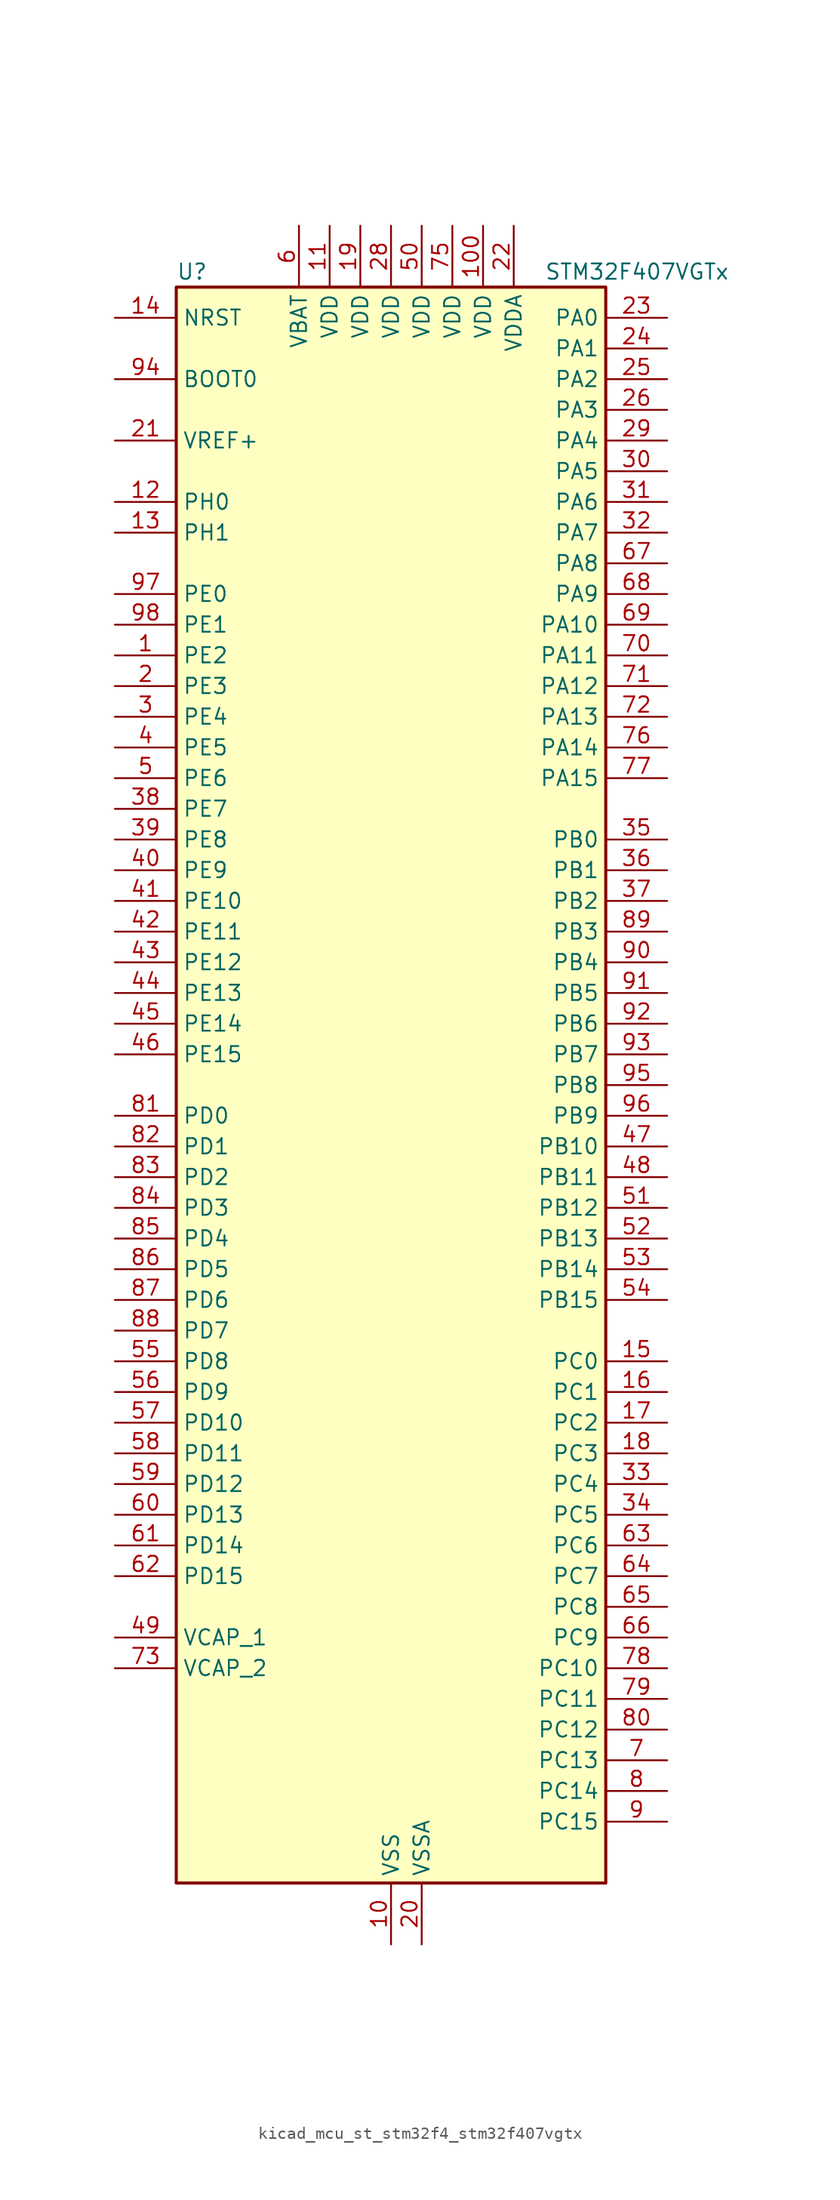
<source format=kicad_sym>
(kicad_symbol_lib
  (version 20220914)
  (generator kicad_symbol_editor)
  (symbol "kicad_mcu_st_stm32f4_stm32f407vgtx"
    (property "Reference" "U"
      (at -17.78 67.31 0)
      (effects (font (size 1.27 1.27)) (justify left)))
    (property "Value" "STM32F407VGTx"
      (at 12.7 67.31 0)
      (effects (font (size 1.27 1.27)) (justify left)))
    (property "ki_locked" ""
      (at 0 0 0)
      (effects (font (size 1.27 1.27))))
    (symbol "kicad_mcu_st_stm32f4_stm32f407vgtx_0_1"
      (rectangle (start -17.78 -66.04) (end 17.78 66.04) (stroke (width 0.254) (type default)) (fill (type background))))
    (symbol "kicad_mcu_st_stm32f4_stm32f407vgtx_1_1"
      (pin bidirectional line (at -22.86 35.56 0) (length 5.08) (name "PE2" (effects (font (size 1.27 1.27)))) (number "1" (effects (font (size 1.27 1.27)))) (alternate "ETH_TXD3" bidirectional line) (alternate "FSMC_A23" bidirectional line) (alternate "SYS_TRACECLK" bidirectional line))
      (pin power_in line (at 0 -71.12 90) (length 5.08) (name "VSS" (effects (font (size 1.27 1.27)))) (number "10" (effects (font (size 1.27 1.27)))))
      (pin power_in line (at 7.62 71.12 270) (length 5.08) (name "VDD" (effects (font (size 1.27 1.27)))) (number "100" (effects (font (size 1.27 1.27)))))
      (pin power_in line (at -5.08 71.12 270) (length 5.08) (name "VDD" (effects (font (size 1.27 1.27)))) (number "11" (effects (font (size 1.27 1.27)))))
      (pin bidirectional line (at -22.86 48.26 0) (length 5.08) (name "PH0" (effects (font (size 1.27 1.27)))) (number "12" (effects (font (size 1.27 1.27)))) (alternate "RCC_OSC_IN" bidirectional line))
      (pin bidirectional line (at -22.86 45.72 0) (length 5.08) (name "PH1" (effects (font (size 1.27 1.27)))) (number "13" (effects (font (size 1.27 1.27)))) (alternate "RCC_OSC_OUT" bidirectional line))
      (pin input line (at -22.86 63.5 0) (length 5.08) (name "NRST" (effects (font (size 1.27 1.27)))) (number "14" (effects (font (size 1.27 1.27)))))
      (pin bidirectional line (at 22.86 -22.86 180) (length 5.08) (name "PC0" (effects (font (size 1.27 1.27)))) (number "15" (effects (font (size 1.27 1.27)))) (alternate "ADC1_IN10" bidirectional line) (alternate "ADC2_IN10" bidirectional line) (alternate "ADC3_IN10" bidirectional line) (alternate "USB_OTG_HS_ULPI_STP" bidirectional line))
      (pin bidirectional line (at 22.86 -25.4 180) (length 5.08) (name "PC1" (effects (font (size 1.27 1.27)))) (number "16" (effects (font (size 1.27 1.27)))) (alternate "ADC1_IN11" bidirectional line) (alternate "ADC2_IN11" bidirectional line) (alternate "ADC3_IN11" bidirectional line) (alternate "ETH_MDC" bidirectional line))
      (pin bidirectional line (at 22.86 -27.94 180) (length 5.08) (name "PC2" (effects (font (size 1.27 1.27)))) (number "17" (effects (font (size 1.27 1.27)))) (alternate "ADC1_IN12" bidirectional line) (alternate "ADC2_IN12" bidirectional line) (alternate "ADC3_IN12" bidirectional line) (alternate "ETH_TXD2" bidirectional line) (alternate "I2S2_ext_SD" bidirectional line) (alternate "SPI2_MISO" bidirectional line) (alternate "USB_OTG_HS_ULPI_DIR" bidirectional line))
      (pin bidirectional line (at 22.86 -30.48 180) (length 5.08) (name "PC3" (effects (font (size 1.27 1.27)))) (number "18" (effects (font (size 1.27 1.27)))) (alternate "ADC1_IN13" bidirectional line) (alternate "ADC2_IN13" bidirectional line) (alternate "ADC3_IN13" bidirectional line) (alternate "ETH_TX_CLK" bidirectional line) (alternate "I2S2_SD" bidirectional line) (alternate "SPI2_MOSI" bidirectional line) (alternate "USB_OTG_HS_ULPI_NXT" bidirectional line))
      (pin power_in line (at -2.54 71.12 270) (length 5.08) (name "VDD" (effects (font (size 1.27 1.27)))) (number "19" (effects (font (size 1.27 1.27)))))
      (pin bidirectional line (at -22.86 33.02 0) (length 5.08) (name "PE3" (effects (font (size 1.27 1.27)))) (number "2" (effects (font (size 1.27 1.27)))) (alternate "FSMC_A19" bidirectional line) (alternate "SYS_TRACED0" bidirectional line))
      (pin power_in line (at 2.54 -71.12 90) (length 5.08) (name "VSSA" (effects (font (size 1.27 1.27)))) (number "20" (effects (font (size 1.27 1.27)))))
      (pin input line (at -22.86 53.34 0) (length 5.08) (name "VREF+" (effects (font (size 1.27 1.27)))) (number "21" (effects (font (size 1.27 1.27)))))
      (pin power_in line (at 10.16 71.12 270) (length 5.08) (name "VDDA" (effects (font (size 1.27 1.27)))) (number "22" (effects (font (size 1.27 1.27)))))
      (pin bidirectional line (at 22.86 63.5 180) (length 5.08) (name "PA0" (effects (font (size 1.27 1.27)))) (number "23" (effects (font (size 1.27 1.27)))) (alternate "ADC1_IN0" bidirectional line) (alternate "ADC2_IN0" bidirectional line) (alternate "ADC3_IN0" bidirectional line) (alternate "ETH_CRS" bidirectional line) (alternate "SYS_WKUP" bidirectional line) (alternate "TIM2_CH1" bidirectional line) (alternate "TIM2_ETR" bidirectional line) (alternate "TIM5_CH1" bidirectional line) (alternate "TIM8_ETR" bidirectional line) (alternate "UART4_TX" bidirectional line) (alternate "USART2_CTS" bidirectional line))
      (pin bidirectional line (at 22.86 60.96 180) (length 5.08) (name "PA1" (effects (font (size 1.27 1.27)))) (number "24" (effects (font (size 1.27 1.27)))) (alternate "ADC1_IN1" bidirectional line) (alternate "ADC2_IN1" bidirectional line) (alternate "ADC3_IN1" bidirectional line) (alternate "ETH_REF_CLK" bidirectional line) (alternate "ETH_RX_CLK" bidirectional line) (alternate "TIM2_CH2" bidirectional line) (alternate "TIM5_CH2" bidirectional line) (alternate "UART4_RX" bidirectional line) (alternate "USART2_RTS" bidirectional line))
      (pin bidirectional line (at 22.86 58.42 180) (length 5.08) (name "PA2" (effects (font (size 1.27 1.27)))) (number "25" (effects (font (size 1.27 1.27)))) (alternate "ADC1_IN2" bidirectional line) (alternate "ADC2_IN2" bidirectional line) (alternate "ADC3_IN2" bidirectional line) (alternate "ETH_MDIO" bidirectional line) (alternate "TIM2_CH3" bidirectional line) (alternate "TIM5_CH3" bidirectional line) (alternate "TIM9_CH1" bidirectional line) (alternate "USART2_TX" bidirectional line))
      (pin bidirectional line (at 22.86 55.88 180) (length 5.08) (name "PA3" (effects (font (size 1.27 1.27)))) (number "26" (effects (font (size 1.27 1.27)))) (alternate "ADC1_IN3" bidirectional line) (alternate "ADC2_IN3" bidirectional line) (alternate "ADC3_IN3" bidirectional line) (alternate "ETH_COL" bidirectional line) (alternate "TIM2_CH4" bidirectional line) (alternate "TIM5_CH4" bidirectional line) (alternate "TIM9_CH2" bidirectional line) (alternate "USART2_RX" bidirectional line) (alternate "USB_OTG_HS_ULPI_D0" bidirectional line))
      (pin passive line (at 0 -71.12 90) (length 5.08) hide (name "VSS" (effects (font (size 1.27 1.27)))) (number "27" (effects (font (size 1.27 1.27)))))
      (pin power_in line (at 0 71.12 270) (length 5.08) (name "VDD" (effects (font (size 1.27 1.27)))) (number "28" (effects (font (size 1.27 1.27)))))
      (pin bidirectional line (at 22.86 53.34 180) (length 5.08) (name "PA4" (effects (font (size 1.27 1.27)))) (number "29" (effects (font (size 1.27 1.27)))) (alternate "ADC1_IN4" bidirectional line) (alternate "ADC2_IN4" bidirectional line) (alternate "DAC_OUT1" bidirectional line) (alternate "DCMI_HSYNC" bidirectional line) (alternate "I2S3_WS" bidirectional line) (alternate "SPI1_NSS" bidirectional line) (alternate "SPI3_NSS" bidirectional line) (alternate "USART2_CK" bidirectional line) (alternate "USB_OTG_HS_SOF" bidirectional line))
      (pin bidirectional line (at -22.86 30.48 0) (length 5.08) (name "PE4" (effects (font (size 1.27 1.27)))) (number "3" (effects (font (size 1.27 1.27)))) (alternate "DCMI_D4" bidirectional line) (alternate "FSMC_A20" bidirectional line) (alternate "SYS_TRACED1" bidirectional line))
      (pin bidirectional line (at 22.86 50.8 180) (length 5.08) (name "PA5" (effects (font (size 1.27 1.27)))) (number "30" (effects (font (size 1.27 1.27)))) (alternate "ADC1_IN5" bidirectional line) (alternate "ADC2_IN5" bidirectional line) (alternate "DAC_OUT2" bidirectional line) (alternate "SPI1_SCK" bidirectional line) (alternate "TIM2_CH1" bidirectional line) (alternate "TIM2_ETR" bidirectional line) (alternate "TIM8_CH1N" bidirectional line) (alternate "USB_OTG_HS_ULPI_CK" bidirectional line))
      (pin bidirectional line (at 22.86 48.26 180) (length 5.08) (name "PA6" (effects (font (size 1.27 1.27)))) (number "31" (effects (font (size 1.27 1.27)))) (alternate "ADC1_IN6" bidirectional line) (alternate "ADC2_IN6" bidirectional line) (alternate "DCMI_PIXCLK" bidirectional line) (alternate "SPI1_MISO" bidirectional line) (alternate "TIM13_CH1" bidirectional line) (alternate "TIM1_BKIN" bidirectional line) (alternate "TIM3_CH1" bidirectional line) (alternate "TIM8_BKIN" bidirectional line))
      (pin bidirectional line (at 22.86 45.72 180) (length 5.08) (name "PA7" (effects (font (size 1.27 1.27)))) (number "32" (effects (font (size 1.27 1.27)))) (alternate "ADC1_IN7" bidirectional line) (alternate "ADC2_IN7" bidirectional line) (alternate "ETH_CRS_DV" bidirectional line) (alternate "ETH_RX_DV" bidirectional line) (alternate "SPI1_MOSI" bidirectional line) (alternate "TIM14_CH1" bidirectional line) (alternate "TIM1_CH1N" bidirectional line) (alternate "TIM3_CH2" bidirectional line) (alternate "TIM8_CH1N" bidirectional line))
      (pin bidirectional line (at 22.86 -33.02 180) (length 5.08) (name "PC4" (effects (font (size 1.27 1.27)))) (number "33" (effects (font (size 1.27 1.27)))) (alternate "ADC1_IN14" bidirectional line) (alternate "ADC2_IN14" bidirectional line) (alternate "ETH_RXD0" bidirectional line))
      (pin bidirectional line (at 22.86 -35.56 180) (length 5.08) (name "PC5" (effects (font (size 1.27 1.27)))) (number "34" (effects (font (size 1.27 1.27)))) (alternate "ADC1_IN15" bidirectional line) (alternate "ADC2_IN15" bidirectional line) (alternate "ETH_RXD1" bidirectional line))
      (pin bidirectional line (at 22.86 20.32 180) (length 5.08) (name "PB0" (effects (font (size 1.27 1.27)))) (number "35" (effects (font (size 1.27 1.27)))) (alternate "ADC1_IN8" bidirectional line) (alternate "ADC2_IN8" bidirectional line) (alternate "ETH_RXD2" bidirectional line) (alternate "TIM1_CH2N" bidirectional line) (alternate "TIM3_CH3" bidirectional line) (alternate "TIM8_CH2N" bidirectional line) (alternate "USB_OTG_HS_ULPI_D1" bidirectional line))
      (pin bidirectional line (at 22.86 17.78 180) (length 5.08) (name "PB1" (effects (font (size 1.27 1.27)))) (number "36" (effects (font (size 1.27 1.27)))) (alternate "ADC1_IN9" bidirectional line) (alternate "ADC2_IN9" bidirectional line) (alternate "ETH_RXD3" bidirectional line) (alternate "TIM1_CH3N" bidirectional line) (alternate "TIM3_CH4" bidirectional line) (alternate "TIM8_CH3N" bidirectional line) (alternate "USB_OTG_HS_ULPI_D2" bidirectional line))
      (pin bidirectional line (at 22.86 15.24 180) (length 5.08) (name "PB2" (effects (font (size 1.27 1.27)))) (number "37" (effects (font (size 1.27 1.27)))))
      (pin bidirectional line (at -22.86 22.86 0) (length 5.08) (name "PE7" (effects (font (size 1.27 1.27)))) (number "38" (effects (font (size 1.27 1.27)))) (alternate "FSMC_D4" bidirectional line) (alternate "FSMC_DA4" bidirectional line) (alternate "TIM1_ETR" bidirectional line))
      (pin bidirectional line (at -22.86 20.32 0) (length 5.08) (name "PE8" (effects (font (size 1.27 1.27)))) (number "39" (effects (font (size 1.27 1.27)))) (alternate "FSMC_D5" bidirectional line) (alternate "FSMC_DA5" bidirectional line) (alternate "TIM1_CH1N" bidirectional line))
      (pin bidirectional line (at -22.86 27.94 0) (length 5.08) (name "PE5" (effects (font (size 1.27 1.27)))) (number "4" (effects (font (size 1.27 1.27)))) (alternate "DCMI_D6" bidirectional line) (alternate "FSMC_A21" bidirectional line) (alternate "SYS_TRACED2" bidirectional line) (alternate "TIM9_CH1" bidirectional line))
      (pin bidirectional line (at -22.86 17.78 0) (length 5.08) (name "PE9" (effects (font (size 1.27 1.27)))) (number "40" (effects (font (size 1.27 1.27)))) (alternate "DAC_EXTI9" bidirectional line) (alternate "FSMC_D6" bidirectional line) (alternate "FSMC_DA6" bidirectional line) (alternate "TIM1_CH1" bidirectional line))
      (pin bidirectional line (at -22.86 15.24 0) (length 5.08) (name "PE10" (effects (font (size 1.27 1.27)))) (number "41" (effects (font (size 1.27 1.27)))) (alternate "FSMC_D7" bidirectional line) (alternate "FSMC_DA7" bidirectional line) (alternate "TIM1_CH2N" bidirectional line))
      (pin bidirectional line (at -22.86 12.7 0) (length 5.08) (name "PE11" (effects (font (size 1.27 1.27)))) (number "42" (effects (font (size 1.27 1.27)))) (alternate "ADC1_EXTI11" bidirectional line) (alternate "ADC2_EXTI11" bidirectional line) (alternate "ADC3_EXTI11" bidirectional line) (alternate "FSMC_D8" bidirectional line) (alternate "FSMC_DA8" bidirectional line) (alternate "TIM1_CH2" bidirectional line))
      (pin bidirectional line (at -22.86 10.16 0) (length 5.08) (name "PE12" (effects (font (size 1.27 1.27)))) (number "43" (effects (font (size 1.27 1.27)))) (alternate "FSMC_D9" bidirectional line) (alternate "FSMC_DA9" bidirectional line) (alternate "TIM1_CH3N" bidirectional line))
      (pin bidirectional line (at -22.86 7.62 0) (length 5.08) (name "PE13" (effects (font (size 1.27 1.27)))) (number "44" (effects (font (size 1.27 1.27)))) (alternate "FSMC_D10" bidirectional line) (alternate "FSMC_DA10" bidirectional line) (alternate "TIM1_CH3" bidirectional line))
      (pin bidirectional line (at -22.86 5.08 0) (length 5.08) (name "PE14" (effects (font (size 1.27 1.27)))) (number "45" (effects (font (size 1.27 1.27)))) (alternate "FSMC_D11" bidirectional line) (alternate "FSMC_DA11" bidirectional line) (alternate "TIM1_CH4" bidirectional line))
      (pin bidirectional line (at -22.86 2.54 0) (length 5.08) (name "PE15" (effects (font (size 1.27 1.27)))) (number "46" (effects (font (size 1.27 1.27)))) (alternate "ADC1_EXTI15" bidirectional line) (alternate "ADC2_EXTI15" bidirectional line) (alternate "ADC3_EXTI15" bidirectional line) (alternate "FSMC_D12" bidirectional line) (alternate "FSMC_DA12" bidirectional line) (alternate "TIM1_BKIN" bidirectional line))
      (pin bidirectional line (at 22.86 -5.08 180) (length 5.08) (name "PB10" (effects (font (size 1.27 1.27)))) (number "47" (effects (font (size 1.27 1.27)))) (alternate "ETH_RX_ER" bidirectional line) (alternate "I2C2_SCL" bidirectional line) (alternate "I2S2_CK" bidirectional line) (alternate "SPI2_SCK" bidirectional line) (alternate "TIM2_CH3" bidirectional line) (alternate "USART3_TX" bidirectional line) (alternate "USB_OTG_HS_ULPI_D3" bidirectional line))
      (pin bidirectional line (at 22.86 -7.62 180) (length 5.08) (name "PB11" (effects (font (size 1.27 1.27)))) (number "48" (effects (font (size 1.27 1.27)))) (alternate "ADC1_EXTI11" bidirectional line) (alternate "ADC2_EXTI11" bidirectional line) (alternate "ADC3_EXTI11" bidirectional line) (alternate "ETH_TX_EN" bidirectional line) (alternate "I2C2_SDA" bidirectional line) (alternate "TIM2_CH4" bidirectional line) (alternate "USART3_RX" bidirectional line) (alternate "USB_OTG_HS_ULPI_D4" bidirectional line))
      (pin power_out line (at -22.86 -45.72 0) (length 5.08) (name "VCAP_1" (effects (font (size 1.27 1.27)))) (number "49" (effects (font (size 1.27 1.27)))))
      (pin bidirectional line (at -22.86 25.4 0) (length 5.08) (name "PE6" (effects (font (size 1.27 1.27)))) (number "5" (effects (font (size 1.27 1.27)))) (alternate "DCMI_D7" bidirectional line) (alternate "FSMC_A22" bidirectional line) (alternate "SYS_TRACED3" bidirectional line) (alternate "TIM9_CH2" bidirectional line))
      (pin power_in line (at 2.54 71.12 270) (length 5.08) (name "VDD" (effects (font (size 1.27 1.27)))) (number "50" (effects (font (size 1.27 1.27)))))
      (pin bidirectional line (at 22.86 -10.16 180) (length 5.08) (name "PB12" (effects (font (size 1.27 1.27)))) (number "51" (effects (font (size 1.27 1.27)))) (alternate "CAN2_RX" bidirectional line) (alternate "ETH_TXD0" bidirectional line) (alternate "I2C2_SMBA" bidirectional line) (alternate "I2S2_WS" bidirectional line) (alternate "SPI2_NSS" bidirectional line) (alternate "TIM1_BKIN" bidirectional line) (alternate "USART3_CK" bidirectional line) (alternate "USB_OTG_HS_ID" bidirectional line) (alternate "USB_OTG_HS_ULPI_D5" bidirectional line))
      (pin bidirectional line (at 22.86 -12.7 180) (length 5.08) (name "PB13" (effects (font (size 1.27 1.27)))) (number "52" (effects (font (size 1.27 1.27)))) (alternate "CAN2_TX" bidirectional line) (alternate "ETH_TXD1" bidirectional line) (alternate "I2S2_CK" bidirectional line) (alternate "SPI2_SCK" bidirectional line) (alternate "TIM1_CH1N" bidirectional line) (alternate "USART3_CTS" bidirectional line) (alternate "USB_OTG_HS_ULPI_D6" bidirectional line) (alternate "USB_OTG_HS_VBUS" bidirectional line))
      (pin bidirectional line (at 22.86 -15.24 180) (length 5.08) (name "PB14" (effects (font (size 1.27 1.27)))) (number "53" (effects (font (size 1.27 1.27)))) (alternate "I2S2_ext_SD" bidirectional line) (alternate "SPI2_MISO" bidirectional line) (alternate "TIM12_CH1" bidirectional line) (alternate "TIM1_CH2N" bidirectional line) (alternate "TIM8_CH2N" bidirectional line) (alternate "USART3_RTS" bidirectional line) (alternate "USB_OTG_HS_DM" bidirectional line))
      (pin bidirectional line (at 22.86 -17.78 180) (length 5.08) (name "PB15" (effects (font (size 1.27 1.27)))) (number "54" (effects (font (size 1.27 1.27)))) (alternate "ADC1_EXTI15" bidirectional line) (alternate "ADC2_EXTI15" bidirectional line) (alternate "ADC3_EXTI15" bidirectional line) (alternate "I2S2_SD" bidirectional line) (alternate "RTC_REFIN" bidirectional line) (alternate "SPI2_MOSI" bidirectional line) (alternate "TIM12_CH2" bidirectional line) (alternate "TIM1_CH3N" bidirectional line) (alternate "TIM8_CH3N" bidirectional line) (alternate "USB_OTG_HS_DP" bidirectional line))
      (pin bidirectional line (at -22.86 -22.86 0) (length 5.08) (name "PD8" (effects (font (size 1.27 1.27)))) (number "55" (effects (font (size 1.27 1.27)))) (alternate "FSMC_D13" bidirectional line) (alternate "FSMC_DA13" bidirectional line) (alternate "USART3_TX" bidirectional line))
      (pin bidirectional line (at -22.86 -25.4 0) (length 5.08) (name "PD9" (effects (font (size 1.27 1.27)))) (number "56" (effects (font (size 1.27 1.27)))) (alternate "DAC_EXTI9" bidirectional line) (alternate "FSMC_D14" bidirectional line) (alternate "FSMC_DA14" bidirectional line) (alternate "USART3_RX" bidirectional line))
      (pin bidirectional line (at -22.86 -27.94 0) (length 5.08) (name "PD10" (effects (font (size 1.27 1.27)))) (number "57" (effects (font (size 1.27 1.27)))) (alternate "FSMC_D15" bidirectional line) (alternate "FSMC_DA15" bidirectional line) (alternate "USART3_CK" bidirectional line))
      (pin bidirectional line (at -22.86 -30.48 0) (length 5.08) (name "PD11" (effects (font (size 1.27 1.27)))) (number "58" (effects (font (size 1.27 1.27)))) (alternate "ADC1_EXTI11" bidirectional line) (alternate "ADC2_EXTI11" bidirectional line) (alternate "ADC3_EXTI11" bidirectional line) (alternate "FSMC_A16" bidirectional line) (alternate "FSMC_CLE" bidirectional line) (alternate "USART3_CTS" bidirectional line))
      (pin bidirectional line (at -22.86 -33.02 0) (length 5.08) (name "PD12" (effects (font (size 1.27 1.27)))) (number "59" (effects (font (size 1.27 1.27)))) (alternate "FSMC_A17" bidirectional line) (alternate "FSMC_ALE" bidirectional line) (alternate "TIM4_CH1" bidirectional line) (alternate "USART3_RTS" bidirectional line))
      (pin power_in line (at -7.62 71.12 270) (length 5.08) (name "VBAT" (effects (font (size 1.27 1.27)))) (number "6" (effects (font (size 1.27 1.27)))))
      (pin bidirectional line (at -22.86 -35.56 0) (length 5.08) (name "PD13" (effects (font (size 1.27 1.27)))) (number "60" (effects (font (size 1.27 1.27)))) (alternate "FSMC_A18" bidirectional line) (alternate "TIM4_CH2" bidirectional line))
      (pin bidirectional line (at -22.86 -38.1 0) (length 5.08) (name "PD14" (effects (font (size 1.27 1.27)))) (number "61" (effects (font (size 1.27 1.27)))) (alternate "FSMC_D0" bidirectional line) (alternate "FSMC_DA0" bidirectional line) (alternate "TIM4_CH3" bidirectional line))
      (pin bidirectional line (at -22.86 -40.64 0) (length 5.08) (name "PD15" (effects (font (size 1.27 1.27)))) (number "62" (effects (font (size 1.27 1.27)))) (alternate "ADC1_EXTI15" bidirectional line) (alternate "ADC2_EXTI15" bidirectional line) (alternate "ADC3_EXTI15" bidirectional line) (alternate "FSMC_D1" bidirectional line) (alternate "FSMC_DA1" bidirectional line) (alternate "TIM4_CH4" bidirectional line))
      (pin bidirectional line (at 22.86 -38.1 180) (length 5.08) (name "PC6" (effects (font (size 1.27 1.27)))) (number "63" (effects (font (size 1.27 1.27)))) (alternate "DCMI_D0" bidirectional line) (alternate "I2S2_MCK" bidirectional line) (alternate "SDIO_D6" bidirectional line) (alternate "TIM3_CH1" bidirectional line) (alternate "TIM8_CH1" bidirectional line) (alternate "USART6_TX" bidirectional line))
      (pin bidirectional line (at 22.86 -40.64 180) (length 5.08) (name "PC7" (effects (font (size 1.27 1.27)))) (number "64" (effects (font (size 1.27 1.27)))) (alternate "DCMI_D1" bidirectional line) (alternate "I2S3_MCK" bidirectional line) (alternate "SDIO_D7" bidirectional line) (alternate "TIM3_CH2" bidirectional line) (alternate "TIM8_CH2" bidirectional line) (alternate "USART6_RX" bidirectional line))
      (pin bidirectional line (at 22.86 -43.18 180) (length 5.08) (name "PC8" (effects (font (size 1.27 1.27)))) (number "65" (effects (font (size 1.27 1.27)))) (alternate "DCMI_D2" bidirectional line) (alternate "SDIO_D0" bidirectional line) (alternate "TIM3_CH3" bidirectional line) (alternate "TIM8_CH3" bidirectional line) (alternate "USART6_CK" bidirectional line))
      (pin bidirectional line (at 22.86 -45.72 180) (length 5.08) (name "PC9" (effects (font (size 1.27 1.27)))) (number "66" (effects (font (size 1.27 1.27)))) (alternate "DAC_EXTI9" bidirectional line) (alternate "DCMI_D3" bidirectional line) (alternate "I2C3_SDA" bidirectional line) (alternate "I2S_CKIN" bidirectional line) (alternate "RCC_MCO_2" bidirectional line) (alternate "SDIO_D1" bidirectional line) (alternate "TIM3_CH4" bidirectional line) (alternate "TIM8_CH4" bidirectional line))
      (pin bidirectional line (at 22.86 43.18 180) (length 5.08) (name "PA8" (effects (font (size 1.27 1.27)))) (number "67" (effects (font (size 1.27 1.27)))) (alternate "I2C3_SCL" bidirectional line) (alternate "RCC_MCO_1" bidirectional line) (alternate "TIM1_CH1" bidirectional line) (alternate "USART1_CK" bidirectional line) (alternate "USB_OTG_FS_SOF" bidirectional line))
      (pin bidirectional line (at 22.86 40.64 180) (length 5.08) (name "PA9" (effects (font (size 1.27 1.27)))) (number "68" (effects (font (size 1.27 1.27)))) (alternate "DAC_EXTI9" bidirectional line) (alternate "DCMI_D0" bidirectional line) (alternate "I2C3_SMBA" bidirectional line) (alternate "TIM1_CH2" bidirectional line) (alternate "USART1_TX" bidirectional line) (alternate "USB_OTG_FS_VBUS" bidirectional line))
      (pin bidirectional line (at 22.86 38.1 180) (length 5.08) (name "PA10" (effects (font (size 1.27 1.27)))) (number "69" (effects (font (size 1.27 1.27)))) (alternate "DCMI_D1" bidirectional line) (alternate "TIM1_CH3" bidirectional line) (alternate "USART1_RX" bidirectional line) (alternate "USB_OTG_FS_ID" bidirectional line))
      (pin bidirectional line (at 22.86 -55.88 180) (length 5.08) (name "PC13" (effects (font (size 1.27 1.27)))) (number "7" (effects (font (size 1.27 1.27)))) (alternate "RTC_AF1" bidirectional line))
      (pin bidirectional line (at 22.86 35.56 180) (length 5.08) (name "PA11" (effects (font (size 1.27 1.27)))) (number "70" (effects (font (size 1.27 1.27)))) (alternate "ADC1_EXTI11" bidirectional line) (alternate "ADC2_EXTI11" bidirectional line) (alternate "ADC3_EXTI11" bidirectional line) (alternate "CAN1_RX" bidirectional line) (alternate "TIM1_CH4" bidirectional line) (alternate "USART1_CTS" bidirectional line) (alternate "USB_OTG_FS_DM" bidirectional line))
      (pin bidirectional line (at 22.86 33.02 180) (length 5.08) (name "PA12" (effects (font (size 1.27 1.27)))) (number "71" (effects (font (size 1.27 1.27)))) (alternate "CAN1_TX" bidirectional line) (alternate "TIM1_ETR" bidirectional line) (alternate "USART1_RTS" bidirectional line) (alternate "USB_OTG_FS_DP" bidirectional line))
      (pin bidirectional line (at 22.86 30.48 180) (length 5.08) (name "PA13" (effects (font (size 1.27 1.27)))) (number "72" (effects (font (size 1.27 1.27)))) (alternate "SYS_JTMS-SWDIO" bidirectional line))
      (pin power_out line (at -22.86 -48.26 0) (length 5.08) (name "VCAP_2" (effects (font (size 1.27 1.27)))) (number "73" (effects (font (size 1.27 1.27)))))
      (pin passive line (at 0 -71.12 90) (length 5.08) hide (name "VSS" (effects (font (size 1.27 1.27)))) (number "74" (effects (font (size 1.27 1.27)))))
      (pin power_in line (at 5.08 71.12 270) (length 5.08) (name "VDD" (effects (font (size 1.27 1.27)))) (number "75" (effects (font (size 1.27 1.27)))))
      (pin bidirectional line (at 22.86 27.94 180) (length 5.08) (name "PA14" (effects (font (size 1.27 1.27)))) (number "76" (effects (font (size 1.27 1.27)))) (alternate "SYS_JTCK-SWCLK" bidirectional line))
      (pin bidirectional line (at 22.86 25.4 180) (length 5.08) (name "PA15" (effects (font (size 1.27 1.27)))) (number "77" (effects (font (size 1.27 1.27)))) (alternate "ADC1_EXTI15" bidirectional line) (alternate "ADC2_EXTI15" bidirectional line) (alternate "ADC3_EXTI15" bidirectional line) (alternate "I2S3_WS" bidirectional line) (alternate "SPI1_NSS" bidirectional line) (alternate "SPI3_NSS" bidirectional line) (alternate "SYS_JTDI" bidirectional line) (alternate "TIM2_CH1" bidirectional line) (alternate "TIM2_ETR" bidirectional line))
      (pin bidirectional line (at 22.86 -48.26 180) (length 5.08) (name "PC10" (effects (font (size 1.27 1.27)))) (number "78" (effects (font (size 1.27 1.27)))) (alternate "DCMI_D8" bidirectional line) (alternate "I2S3_CK" bidirectional line) (alternate "SDIO_D2" bidirectional line) (alternate "SPI3_SCK" bidirectional line) (alternate "UART4_TX" bidirectional line) (alternate "USART3_TX" bidirectional line))
      (pin bidirectional line (at 22.86 -50.8 180) (length 5.08) (name "PC11" (effects (font (size 1.27 1.27)))) (number "79" (effects (font (size 1.27 1.27)))) (alternate "ADC1_EXTI11" bidirectional line) (alternate "ADC2_EXTI11" bidirectional line) (alternate "ADC3_EXTI11" bidirectional line) (alternate "DCMI_D4" bidirectional line) (alternate "I2S3_ext_SD" bidirectional line) (alternate "SDIO_D3" bidirectional line) (alternate "SPI3_MISO" bidirectional line) (alternate "UART4_RX" bidirectional line) (alternate "USART3_RX" bidirectional line))
      (pin bidirectional line (at 22.86 -58.42 180) (length 5.08) (name "PC14" (effects (font (size 1.27 1.27)))) (number "8" (effects (font (size 1.27 1.27)))) (alternate "RCC_OSC32_IN" bidirectional line))
      (pin bidirectional line (at 22.86 -53.34 180) (length 5.08) (name "PC12" (effects (font (size 1.27 1.27)))) (number "80" (effects (font (size 1.27 1.27)))) (alternate "DCMI_D9" bidirectional line) (alternate "I2S3_SD" bidirectional line) (alternate "SDIO_CK" bidirectional line) (alternate "SPI3_MOSI" bidirectional line) (alternate "UART5_TX" bidirectional line) (alternate "USART3_CK" bidirectional line))
      (pin bidirectional line (at -22.86 -2.54 0) (length 5.08) (name "PD0" (effects (font (size 1.27 1.27)))) (number "81" (effects (font (size 1.27 1.27)))) (alternate "CAN1_RX" bidirectional line) (alternate "FSMC_D2" bidirectional line) (alternate "FSMC_DA2" bidirectional line))
      (pin bidirectional line (at -22.86 -5.08 0) (length 5.08) (name "PD1" (effects (font (size 1.27 1.27)))) (number "82" (effects (font (size 1.27 1.27)))) (alternate "CAN1_TX" bidirectional line) (alternate "FSMC_D3" bidirectional line) (alternate "FSMC_DA3" bidirectional line))
      (pin bidirectional line (at -22.86 -7.62 0) (length 5.08) (name "PD2" (effects (font (size 1.27 1.27)))) (number "83" (effects (font (size 1.27 1.27)))) (alternate "DCMI_D11" bidirectional line) (alternate "SDIO_CMD" bidirectional line) (alternate "TIM3_ETR" bidirectional line) (alternate "UART5_RX" bidirectional line))
      (pin bidirectional line (at -22.86 -10.16 0) (length 5.08) (name "PD3" (effects (font (size 1.27 1.27)))) (number "84" (effects (font (size 1.27 1.27)))) (alternate "FSMC_CLK" bidirectional line) (alternate "USART2_CTS" bidirectional line))
      (pin bidirectional line (at -22.86 -12.7 0) (length 5.08) (name "PD4" (effects (font (size 1.27 1.27)))) (number "85" (effects (font (size 1.27 1.27)))) (alternate "FSMC_NOE" bidirectional line) (alternate "USART2_RTS" bidirectional line))
      (pin bidirectional line (at -22.86 -15.24 0) (length 5.08) (name "PD5" (effects (font (size 1.27 1.27)))) (number "86" (effects (font (size 1.27 1.27)))) (alternate "FSMC_NWE" bidirectional line) (alternate "USART2_TX" bidirectional line))
      (pin bidirectional line (at -22.86 -17.78 0) (length 5.08) (name "PD6" (effects (font (size 1.27 1.27)))) (number "87" (effects (font (size 1.27 1.27)))) (alternate "FSMC_NWAIT" bidirectional line) (alternate "USART2_RX" bidirectional line))
      (pin bidirectional line (at -22.86 -20.32 0) (length 5.08) (name "PD7" (effects (font (size 1.27 1.27)))) (number "88" (effects (font (size 1.27 1.27)))) (alternate "FSMC_NCE2" bidirectional line) (alternate "FSMC_NE1" bidirectional line) (alternate "USART2_CK" bidirectional line))
      (pin bidirectional line (at 22.86 12.7 180) (length 5.08) (name "PB3" (effects (font (size 1.27 1.27)))) (number "89" (effects (font (size 1.27 1.27)))) (alternate "I2S3_CK" bidirectional line) (alternate "SPI1_SCK" bidirectional line) (alternate "SPI3_SCK" bidirectional line) (alternate "SYS_JTDO-SWO" bidirectional line) (alternate "TIM2_CH2" bidirectional line))
      (pin bidirectional line (at 22.86 -60.96 180) (length 5.08) (name "PC15" (effects (font (size 1.27 1.27)))) (number "9" (effects (font (size 1.27 1.27)))) (alternate "ADC1_EXTI15" bidirectional line) (alternate "ADC2_EXTI15" bidirectional line) (alternate "ADC3_EXTI15" bidirectional line) (alternate "RCC_OSC32_OUT" bidirectional line))
      (pin bidirectional line (at 22.86 10.16 180) (length 5.08) (name "PB4" (effects (font (size 1.27 1.27)))) (number "90" (effects (font (size 1.27 1.27)))) (alternate "I2S3_ext_SD" bidirectional line) (alternate "SPI1_MISO" bidirectional line) (alternate "SPI3_MISO" bidirectional line) (alternate "SYS_JTRST" bidirectional line) (alternate "TIM3_CH1" bidirectional line))
      (pin bidirectional line (at 22.86 7.62 180) (length 5.08) (name "PB5" (effects (font (size 1.27 1.27)))) (number "91" (effects (font (size 1.27 1.27)))) (alternate "CAN2_RX" bidirectional line) (alternate "DCMI_D10" bidirectional line) (alternate "ETH_PPS_OUT" bidirectional line) (alternate "I2C1_SMBA" bidirectional line) (alternate "I2S3_SD" bidirectional line) (alternate "SPI1_MOSI" bidirectional line) (alternate "SPI3_MOSI" bidirectional line) (alternate "TIM3_CH2" bidirectional line) (alternate "USB_OTG_HS_ULPI_D7" bidirectional line))
      (pin bidirectional line (at 22.86 5.08 180) (length 5.08) (name "PB6" (effects (font (size 1.27 1.27)))) (number "92" (effects (font (size 1.27 1.27)))) (alternate "CAN2_TX" bidirectional line) (alternate "DCMI_D5" bidirectional line) (alternate "I2C1_SCL" bidirectional line) (alternate "TIM4_CH1" bidirectional line) (alternate "USART1_TX" bidirectional line))
      (pin bidirectional line (at 22.86 2.54 180) (length 5.08) (name "PB7" (effects (font (size 1.27 1.27)))) (number "93" (effects (font (size 1.27 1.27)))) (alternate "DCMI_VSYNC" bidirectional line) (alternate "FSMC_NL" bidirectional line) (alternate "I2C1_SDA" bidirectional line) (alternate "TIM4_CH2" bidirectional line) (alternate "USART1_RX" bidirectional line))
      (pin input line (at -22.86 58.42 0) (length 5.08) (name "BOOT0" (effects (font (size 1.27 1.27)))) (number "94" (effects (font (size 1.27 1.27)))))
      (pin bidirectional line (at 22.86 0 180) (length 5.08) (name "PB8" (effects (font (size 1.27 1.27)))) (number "95" (effects (font (size 1.27 1.27)))) (alternate "CAN1_RX" bidirectional line) (alternate "DCMI_D6" bidirectional line) (alternate "ETH_TXD3" bidirectional line) (alternate "I2C1_SCL" bidirectional line) (alternate "SDIO_D4" bidirectional line) (alternate "TIM10_CH1" bidirectional line) (alternate "TIM4_CH3" bidirectional line))
      (pin bidirectional line (at 22.86 -2.54 180) (length 5.08) (name "PB9" (effects (font (size 1.27 1.27)))) (number "96" (effects (font (size 1.27 1.27)))) (alternate "CAN1_TX" bidirectional line) (alternate "DAC_EXTI9" bidirectional line) (alternate "DCMI_D7" bidirectional line) (alternate "I2C1_SDA" bidirectional line) (alternate "I2S2_WS" bidirectional line) (alternate "SDIO_D5" bidirectional line) (alternate "SPI2_NSS" bidirectional line) (alternate "TIM11_CH1" bidirectional line) (alternate "TIM4_CH4" bidirectional line))
      (pin bidirectional line (at -22.86 40.64 0) (length 5.08) (name "PE0" (effects (font (size 1.27 1.27)))) (number "97" (effects (font (size 1.27 1.27)))) (alternate "DCMI_D2" bidirectional line) (alternate "FSMC_NBL0" bidirectional line) (alternate "TIM4_ETR" bidirectional line))
      (pin bidirectional line (at -22.86 38.1 0) (length 5.08) (name "PE1" (effects (font (size 1.27 1.27)))) (number "98" (effects (font (size 1.27 1.27)))) (alternate "DCMI_D3" bidirectional line) (alternate "FSMC_NBL1" bidirectional line))
      (pin passive line (at 0 -71.12 90) (length 5.08) hide (name "VSS" (effects (font (size 1.27 1.27)))) (number "99" (effects (font (size 1.27 1.27))))))))
</source>
